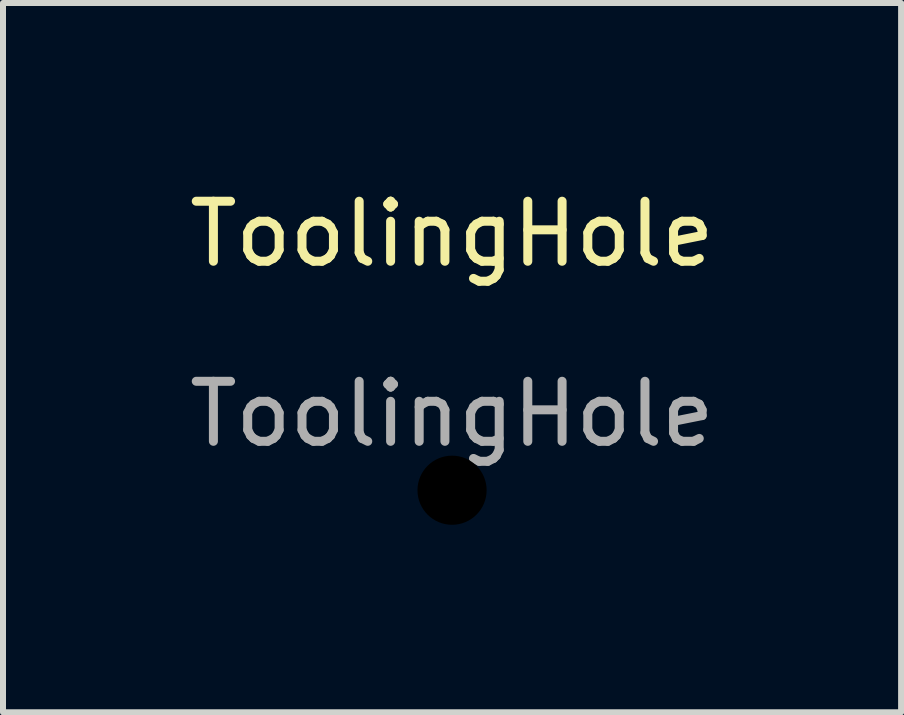
<source format=kicad_pcb>
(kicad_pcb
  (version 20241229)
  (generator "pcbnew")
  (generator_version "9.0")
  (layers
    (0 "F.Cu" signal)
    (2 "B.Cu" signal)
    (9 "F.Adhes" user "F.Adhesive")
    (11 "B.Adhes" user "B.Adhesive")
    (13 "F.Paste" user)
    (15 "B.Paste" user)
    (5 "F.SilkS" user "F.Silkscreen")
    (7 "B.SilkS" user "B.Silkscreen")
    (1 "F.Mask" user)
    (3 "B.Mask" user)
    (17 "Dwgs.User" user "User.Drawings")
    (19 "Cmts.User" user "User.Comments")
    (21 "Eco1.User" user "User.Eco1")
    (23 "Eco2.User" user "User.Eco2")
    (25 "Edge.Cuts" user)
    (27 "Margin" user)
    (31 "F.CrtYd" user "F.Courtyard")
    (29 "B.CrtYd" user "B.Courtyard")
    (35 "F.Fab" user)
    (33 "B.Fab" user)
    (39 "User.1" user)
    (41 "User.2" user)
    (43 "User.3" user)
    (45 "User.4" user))
  (footprint "ToolingHole"
    (layer "F.Cu")
    (at 4.482 5.118)
    (property "Reference" "ToolingHole" (at 0 -4.27 0) (unlocked yes) (layer "F.SilkS") (effects (font (size 1 1) (thickness 0.15))))
    (fp_text user "${REFERENCE}" (at 0 -1.27 0) (unlocked yes) (layer "F.Fab") (effects (font (size 1 1) (thickness 0.15))))
    (pad "" np_thru_hole circle (at 0 0) (size 1.4 1.4) (drill 1.152) (layers "*.Mask")))
  (gr_rect
    (start -3 -3)
    (end 11.964 8.818)
    (stroke (width 0.1) (type default))
    (fill no)
    (layer "Edge.Cuts")))
</source>
